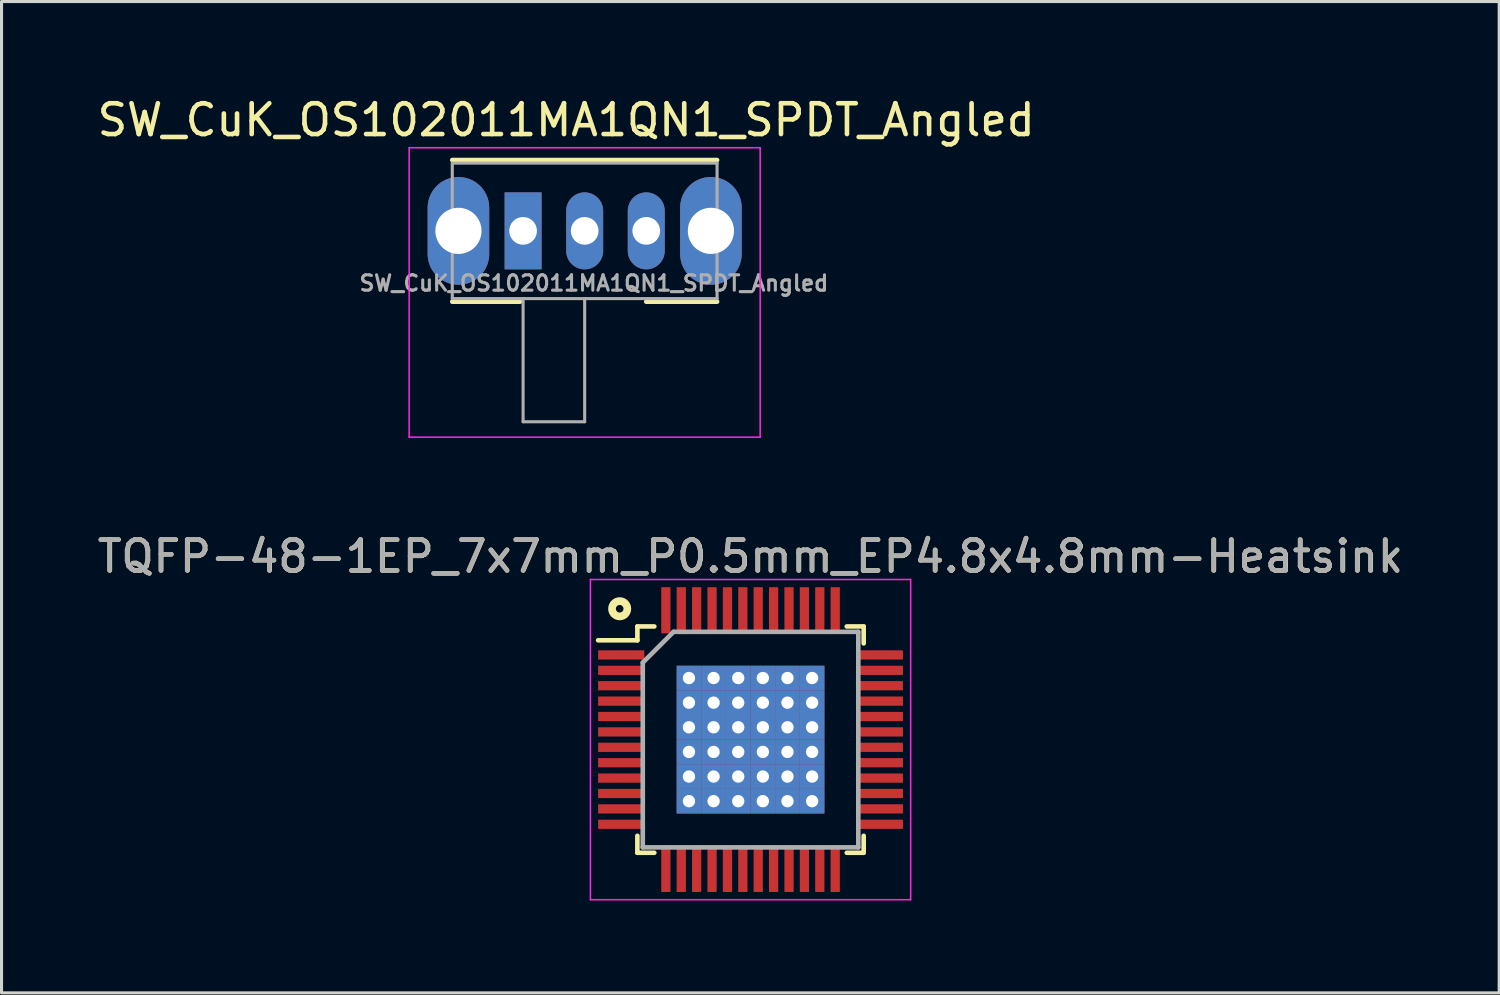
<source format=kicad_pcb>
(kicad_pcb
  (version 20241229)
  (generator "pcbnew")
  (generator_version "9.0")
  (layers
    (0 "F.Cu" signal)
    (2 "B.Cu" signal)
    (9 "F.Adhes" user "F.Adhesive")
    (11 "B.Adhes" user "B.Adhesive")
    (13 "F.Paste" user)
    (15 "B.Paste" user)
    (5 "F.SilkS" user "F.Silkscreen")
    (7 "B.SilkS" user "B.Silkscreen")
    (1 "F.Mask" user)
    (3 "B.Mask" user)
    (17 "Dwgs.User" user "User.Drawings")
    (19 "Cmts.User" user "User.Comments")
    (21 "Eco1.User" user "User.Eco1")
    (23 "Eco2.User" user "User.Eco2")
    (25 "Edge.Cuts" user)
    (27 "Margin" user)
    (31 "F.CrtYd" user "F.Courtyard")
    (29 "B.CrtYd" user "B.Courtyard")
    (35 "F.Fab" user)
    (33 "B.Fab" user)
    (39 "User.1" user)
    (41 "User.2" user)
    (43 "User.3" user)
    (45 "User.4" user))
  (footprint "SW_CuK_OS102011MA1QN1_SPDT_Angled"
    (layer "F.Cu")
    (at 13.939 4.448)
    (property "Reference" "SW_CuK_OS102011MA1QN1_SPDT_Angled" (at 1.4 -3.6 0) (layer "F.SilkS") (effects (font (size 1 1) (thickness 0.15))))
    (attr through_hole)
    (fp_line (start -2.3 -2.3) (end 6.3 -2.3) (stroke (width 0.15) (type solid)) (layer "F.SilkS"))
    (fp_line (start -2.3 2.3) (end -0.1 2.3) (stroke (width 0.15) (type solid)) (layer "F.SilkS"))
    (fp_line (start 4 2.3) (end 6.3 2.3) (stroke (width 0.15) (type solid)) (layer "F.SilkS"))
    (fp_line (start -3.7 -2.7) (end 7.7 -2.7) (stroke (width 0.05) (type solid)) (layer "F.CrtYd"))
    (fp_line (start -3.7 6.7) (end -3.7 -2.7) (stroke (width 0.05) (type solid)) (layer "F.CrtYd"))
    (fp_line (start 7.7 -2.7) (end 7.7 6.7) (stroke (width 0.05) (type solid)) (layer "F.CrtYd"))
    (fp_line (start 7.7 6.7) (end -3.7 6.7) (stroke (width 0.05) (type solid)) (layer "F.CrtYd"))
    (fp_line (start -2.3 -2.2) (end -2.3 2.2) (stroke (width 0.1) (type solid)) (layer "F.Fab"))
    (fp_line (start -2.3 -2.2) (end 6.3 -2.2) (stroke (width 0.1) (type solid)) (layer "F.Fab"))
    (fp_line (start -2.3 2.2) (end 6.3 2.2) (stroke (width 0.1) (type solid)) (layer "F.Fab"))
    (fp_line (start 0 6.2) (end 0 2.2) (stroke (width 0.1) (type solid)) (layer "F.Fab"))
    (fp_line (start 2 2.2) (end 2 6.2) (stroke (width 0.1) (type solid)) (layer "F.Fab"))
    (fp_line (start 2 6.2) (end 0 6.2) (stroke (width 0.1) (type solid)) (layer "F.Fab"))
    (fp_line (start 6.3 2.2) (end 6.3 -2.2) (stroke (width 0.1) (type solid)) (layer "F.Fab"))
    (fp_text user "${REFERENCE}" (at 2.3 1.7 0) (layer "F.Fab") (effects (font (size 0.5 0.5) (thickness 0.1))))
    (pad "" thru_hole oval (at -2.1 0) (size 2 3.5) (drill 1.5) (layers "*.Cu" "*.Mask"))
    (pad "" thru_hole oval (at 6.1 0) (size 2 3.5) (drill 1.5) (layers "*.Cu" "*.Mask"))
    (pad "1" thru_hole rect (at 0 0) (size 1.2 2.5) (drill 0.9) (layers "*.Cu" "*.Mask"))
    (pad "2" thru_hole oval (at 2 0) (size 1.2 2.5) (drill 0.9) (layers "*.Cu" "*.Mask"))
    (pad "3" thru_hole oval (at 4 0) (size 1.2 2.5) (drill 0.9) (layers "*.Cu" "*.Mask")))
  (footprint "TQFP-48-1EP_7x7mm_P0.5mm_EP4.8x4.8mm-Heatsink"
    (layer "F.Cu")
    (at 21.326 20.971)
    (property "Reference" "TQFP-48-1EP_7x7mm_P0.5mm_EP4.8x4.8mm-Heatsink" (at 0 -5.95 0) (layer "F.SilkS") (effects (font (size 1 1) (thickness 0.15))))
    (attr smd)
    (fp_line (start -3.675 -3.675) (end -3.675 -3.225) (stroke (width 0.15) (type solid)) (layer "F.SilkS"))
    (fp_line (start -3.675 -3.675) (end -3.125 -3.675) (stroke (width 0.15) (type solid)) (layer "F.SilkS"))
    (fp_line (start -3.675 -3.225) (end -4.95 -3.225) (stroke (width 0.15) (type solid)) (layer "F.SilkS"))
    (fp_line (start -3.675 3.675) (end -3.675 3.125) (stroke (width 0.15) (type solid)) (layer "F.SilkS"))
    (fp_line (start -3.675 3.675) (end -3.125 3.675) (stroke (width 0.15) (type solid)) (layer "F.SilkS"))
    (fp_line (start 3.675 -3.675) (end 3.125 -3.675) (stroke (width 0.15) (type solid)) (layer "F.SilkS"))
    (fp_line (start 3.675 -3.675) (end 3.675 -3.125) (stroke (width 0.15) (type solid)) (layer "F.SilkS"))
    (fp_line (start 3.675 3.675) (end 3.125 3.675) (stroke (width 0.15) (type solid)) (layer "F.SilkS"))
    (fp_line (start 3.675 3.675) (end 3.675 3.125) (stroke (width 0.15) (type solid)) (layer "F.SilkS"))
    (fp_circle (center -4.25 -4.25) (end -4.37 -4.28) (stroke (width 0.25) (type solid)) (fill no) (layer "F.SilkS"))
    (fp_line (start -5.2 -5.2) (end -5.2 5.2) (stroke (width 0.05) (type solid)) (layer "F.CrtYd"))
    (fp_line (start -5.2 -5.2) (end 5.2 -5.2) (stroke (width 0.05) (type solid)) (layer "F.CrtYd"))
    (fp_line (start -5.2 5.2) (end 5.2 5.2) (stroke (width 0.05) (type solid)) (layer "F.CrtYd"))
    (fp_line (start 5.2 -5.2) (end 5.2 5.2) (stroke (width 0.05) (type solid)) (layer "F.CrtYd"))
    (fp_line (start -3.5 -2.5) (end -2.5 -3.5) (stroke (width 0.15) (type solid)) (layer "F.Fab"))
    (fp_line (start -3.5 3.5) (end -3.5 -2.5) (stroke (width 0.15) (type solid)) (layer "F.Fab"))
    (fp_line (start -2.5 -3.5) (end 3.5 -3.5) (stroke (width 0.15) (type solid)) (layer "F.Fab"))
    (fp_line (start 3.5 -3.5) (end 3.5 3.5) (stroke (width 0.15) (type solid)) (layer "F.Fab"))
    (fp_line (start 3.5 3.5) (end -3.5 3.5) (stroke (width 0.15) (type solid)) (layer "F.Fab"))
    (fp_text user "${REFERENCE}" (at -0.01 -5.949 0) (layer "F.Fab") (effects (font (size 1 1) (thickness 0.15))))
    (pad "1" smd rect (at -4.2 -2.75) (size 1.5 0.3) (layers "F.Cu" "F.Mask" "F.Paste"))
    (pad "2" smd rect (at -4.2 -2.25) (size 1.5 0.3) (layers "F.Cu" "F.Mask" "F.Paste"))
    (pad "3" smd rect (at -4.2 -1.75) (size 1.5 0.3) (layers "F.Cu" "F.Mask" "F.Paste"))
    (pad "4" smd rect (at -4.2 -1.25) (size 1.5 0.3) (layers "F.Cu" "F.Mask" "F.Paste"))
    (pad "5" smd rect (at -4.2 -0.75) (size 1.5 0.3) (layers "F.Cu" "F.Mask" "F.Paste"))
    (pad "6" smd rect (at -4.2 -0.25) (size 1.5 0.3) (layers "F.Cu" "F.Mask" "F.Paste"))
    (pad "7" smd rect (at -4.2 0.25) (size 1.5 0.3) (layers "F.Cu" "F.Mask" "F.Paste"))
    (pad "8" smd rect (at -4.2 0.75) (size 1.5 0.3) (layers "F.Cu" "F.Mask" "F.Paste"))
    (pad "9" smd rect (at -4.2 1.25) (size 1.5 0.3) (layers "F.Cu" "F.Mask" "F.Paste"))
    (pad "10" smd rect (at -4.2 1.75) (size 1.5 0.3) (layers "F.Cu" "F.Mask" "F.Paste"))
    (pad "11" smd rect (at -4.2 2.25) (size 1.5 0.3) (layers "F.Cu" "F.Mask" "F.Paste"))
    (pad "12" smd rect (at -4.2 2.75) (size 1.5 0.3) (layers "F.Cu" "F.Mask" "F.Paste"))
    (pad "13" smd rect (at -2.75 4.2 90) (size 1.5 0.3) (layers "F.Cu" "F.Mask" "F.Paste"))
    (pad "14" smd rect (at -2.25 4.2 90) (size 1.5 0.3) (layers "F.Cu" "F.Mask" "F.Paste"))
    (pad "15" smd rect (at -1.75 4.2 90) (size 1.5 0.3) (layers "F.Cu" "F.Mask" "F.Paste"))
    (pad "16" smd rect (at -1.25 4.2 90) (size 1.5 0.3) (layers "F.Cu" "F.Mask" "F.Paste"))
    (pad "17" smd rect (at -0.75 4.2 90) (size 1.5 0.3) (layers "F.Cu" "F.Mask" "F.Paste"))
    (pad "18" smd rect (at -0.25 4.2 90) (size 1.5 0.3) (layers "F.Cu" "F.Mask" "F.Paste"))
    (pad "19" smd rect (at 0.25 4.2 90) (size 1.5 0.3) (layers "F.Cu" "F.Mask" "F.Paste"))
    (pad "20" smd rect (at 0.75 4.2 90) (size 1.5 0.3) (layers "F.Cu" "F.Mask" "F.Paste"))
    (pad "21" smd rect (at 1.25 4.2 90) (size 1.5 0.3) (layers "F.Cu" "F.Mask" "F.Paste"))
    (pad "22" smd rect (at 1.75 4.2 90) (size 1.5 0.3) (layers "F.Cu" "F.Mask" "F.Paste"))
    (pad "23" smd rect (at 2.25 4.2 90) (size 1.5 0.3) (layers "F.Cu" "F.Mask" "F.Paste"))
    (pad "24" smd rect (at 2.75 4.2 90) (size 1.5 0.3) (layers "F.Cu" "F.Mask" "F.Paste"))
    (pad "25" smd rect (at 4.2 2.75) (size 1.5 0.3) (layers "F.Cu" "F.Mask" "F.Paste"))
    (pad "26" smd rect (at 4.2 2.25) (size 1.5 0.3) (layers "F.Cu" "F.Mask" "F.Paste"))
    (pad "27" smd rect (at 4.2 1.75) (size 1.5 0.3) (layers "F.Cu" "F.Mask" "F.Paste"))
    (pad "28" smd rect (at 4.2 1.25) (size 1.5 0.3) (layers "F.Cu" "F.Mask" "F.Paste"))
    (pad "29" smd rect (at 4.2 0.75) (size 1.5 0.3) (layers "F.Cu" "F.Mask" "F.Paste"))
    (pad "30" smd rect (at 4.2 0.25) (size 1.5 0.3) (layers "F.Cu" "F.Mask" "F.Paste"))
    (pad "31" smd rect (at 4.2 -0.25) (size 1.5 0.3) (layers "F.Cu" "F.Mask" "F.Paste"))
    (pad "32" smd rect (at 4.2 -0.75) (size 1.5 0.3) (layers "F.Cu" "F.Mask" "F.Paste"))
    (pad "33" smd rect (at 4.2 -1.25) (size 1.5 0.3) (layers "F.Cu" "F.Mask" "F.Paste"))
    (pad "34" smd rect (at 4.2 -1.75) (size 1.5 0.3) (layers "F.Cu" "F.Mask" "F.Paste"))
    (pad "35" smd rect (at 4.2 -2.25) (size 1.5 0.3) (layers "F.Cu" "F.Mask" "F.Paste"))
    (pad "36" smd rect (at 4.2 -2.75) (size 1.5 0.3) (layers "F.Cu" "F.Mask" "F.Paste"))
    (pad "37" smd rect (at 2.75 -4.2 90) (size 1.5 0.3) (layers "F.Cu" "F.Mask" "F.Paste"))
    (pad "38" smd rect (at 2.25 -4.2 90) (size 1.5 0.3) (layers "F.Cu" "F.Mask" "F.Paste"))
    (pad "39" smd rect (at 1.75 -4.2 90) (size 1.5 0.3) (layers "F.Cu" "F.Mask" "F.Paste"))
    (pad "40" smd rect (at 1.25 -4.2 90) (size 1.5 0.3) (layers "F.Cu" "F.Mask" "F.Paste"))
    (pad "41" smd rect (at 0.75 -4.2 90) (size 1.5 0.3) (layers "F.Cu" "F.Mask" "F.Paste"))
    (pad "42" smd rect (at 0.25 -4.2 90) (size 1.5 0.3) (layers "F.Cu" "F.Mask" "F.Paste"))
    (pad "43" smd rect (at -0.25 -4.2 90) (size 1.5 0.3) (layers "F.Cu" "F.Mask" "F.Paste"))
    (pad "44" smd rect (at -0.75 -4.2 90) (size 1.5 0.3) (layers "F.Cu" "F.Mask" "F.Paste"))
    (pad "45" smd rect (at -1.25 -4.2 90) (size 1.5 0.3) (layers "F.Cu" "F.Mask" "F.Paste"))
    (pad "46" smd rect (at -1.75 -4.2 90) (size 1.5 0.3) (layers "F.Cu" "F.Mask" "F.Paste"))
    (pad "47" smd rect (at -2.25 -4.2 90) (size 1.5 0.3) (layers "F.Cu" "F.Mask" "F.Paste"))
    (pad "48" smd rect (at -2.75 -4.2 90) (size 1.5 0.3) (layers "F.Cu" "F.Mask" "F.Paste"))
    (pad "49" thru_hole custom (at -2 -2) (size 0.8 0.8) (drill 0.4) (layers "*.Cu" "*.Mask" "F.Paste") (options (anchor rect)) (primitives))
    (pad "49" thru_hole custom (at -2 -1.2) (size 0.8 0.8) (drill 0.4) (layers "*.Cu" "*.Mask" "F.Paste") (options (anchor rect)) (primitives))
    (pad "49" thru_hole custom (at -2 -0.4) (size 0.8 0.8) (drill 0.4) (layers "*.Cu" "*.Mask" "F.Paste") (options (anchor rect)) (primitives))
    (pad "49" thru_hole custom (at -2 0.4) (size 0.8 0.8) (drill 0.4) (layers "*.Cu" "*.Mask" "F.Paste") (options (anchor rect)) (primitives))
    (pad "49" thru_hole custom (at -2 1.2) (size 0.8 0.8) (drill 0.4) (layers "*.Cu" "*.Mask" "F.Paste") (options (anchor rect)) (primitives))
    (pad "49" thru_hole custom (at -2 2) (size 0.8 0.8) (drill 0.4) (layers "*.Cu" "*.Mask" "F.Paste") (options (anchor rect)) (primitives))
    (pad "49" thru_hole custom (at -1.2 -2) (size 0.8 0.8) (drill 0.4) (layers "*.Cu" "*.Mask" "F.Paste") (options (anchor rect)) (primitives))
    (pad "49" thru_hole custom (at -1.2 -1.2) (size 0.8 0.8) (drill 0.4) (layers "*.Cu" "*.Mask" "F.Paste") (options (anchor rect)) (primitives))
    (pad "49" thru_hole custom (at -1.2 -0.4) (size 0.8 0.8) (drill 0.4) (layers "*.Cu" "*.Mask" "F.Paste") (options (anchor rect)) (primitives))
    (pad "49" thru_hole custom (at -1.2 0.4) (size 0.8 0.8) (drill 0.4) (layers "*.Cu" "*.Mask" "F.Paste") (options (anchor rect)) (primitives))
    (pad "49" thru_hole custom (at -1.2 1.2) (size 0.8 0.8) (drill 0.4) (layers "*.Cu" "*.Mask" "F.Paste") (options (anchor rect)) (primitives))
    (pad "49" thru_hole custom (at -1.2 2) (size 0.8 0.8) (drill 0.4) (layers "*.Cu" "*.Mask" "F.Paste") (options (anchor rect)) (primitives))
    (pad "49" thru_hole custom (at -0.4 -2) (size 0.8 0.8) (drill 0.4) (layers "*.Cu" "*.Mask" "F.Paste") (options (anchor rect)) (primitives))
    (pad "49" thru_hole custom (at -0.4 -1.2) (size 0.8 0.8) (drill 0.4) (layers "*.Cu" "*.Mask" "F.Paste") (options (anchor rect)) (primitives))
    (pad "49" thru_hole custom (at -0.4 -0.4) (size 0.8 0.8) (drill 0.4) (layers "*.Cu" "*.Mask" "F.Paste") (options (anchor rect)) (primitives))
    (pad "49" thru_hole custom (at -0.4 0.4) (size 0.8 0.8) (drill 0.4) (layers "*.Cu" "*.Mask" "F.Paste") (options (anchor rect)) (primitives))
    (pad "49" thru_hole custom (at -0.4 1.2) (size 0.8 0.8) (drill 0.4) (layers "*.Cu" "*.Mask" "F.Paste") (options (anchor rect)) (primitives))
    (pad "49" thru_hole custom (at -0.4 2) (size 0.8 0.8) (drill 0.4) (layers "*.Cu" "*.Mask" "F.Paste") (options (anchor rect)) (primitives))
    (pad "49" thru_hole custom (at 0.4 -2) (size 0.8 0.8) (drill 0.4) (layers "*.Cu" "*.Mask" "F.Paste") (options (anchor rect)) (primitives))
    (pad "49" thru_hole custom (at 0.4 -1.2) (size 0.8 0.8) (drill 0.4) (layers "*.Cu" "*.Mask" "F.Paste") (options (anchor rect)) (primitives))
    (pad "49" thru_hole custom (at 0.4 -0.4) (size 0.8 0.8) (drill 0.4) (layers "*.Cu" "*.Mask" "F.Paste") (options (anchor rect)) (primitives))
    (pad "49" thru_hole custom (at 0.4 0.4) (size 0.8 0.8) (drill 0.4) (layers "*.Cu" "*.Mask" "F.Paste") (options (anchor rect)) (primitives))
    (pad "49" thru_hole custom (at 0.4 1.2) (size 0.8 0.8) (drill 0.4) (layers "*.Cu" "*.Mask" "F.Paste") (options (anchor rect)) (primitives))
    (pad "49" thru_hole custom (at 0.4 2) (size 0.8 0.8) (drill 0.4) (layers "*.Cu" "*.Mask" "F.Paste") (options (anchor rect)) (primitives))
    (pad "49" thru_hole custom (at 1.2 -2) (size 0.8 0.8) (drill 0.4) (layers "*.Cu" "*.Mask" "F.Paste") (options (anchor rect)) (primitives))
    (pad "49" thru_hole custom (at 1.2 -1.2) (size 0.8 0.8) (drill 0.4) (layers "*.Cu" "*.Mask" "F.Paste") (options (anchor rect)) (primitives))
    (pad "49" thru_hole custom (at 1.2 -0.4) (size 0.8 0.8) (drill 0.4) (layers "*.Cu" "*.Mask" "F.Paste") (options (anchor rect)) (primitives))
    (pad "49" thru_hole custom (at 1.2 0.4) (size 0.8 0.8) (drill 0.4) (layers "*.Cu" "*.Mask" "F.Paste") (options (anchor rect)) (primitives))
    (pad "49" thru_hole custom (at 1.2 1.2) (size 0.8 0.8) (drill 0.4) (layers "*.Cu" "*.Mask" "F.Paste") (options (anchor rect)) (primitives))
    (pad "49" thru_hole custom (at 1.2 2) (size 0.8 0.8) (drill 0.4) (layers "*.Cu" "*.Mask" "F.Paste") (options (anchor rect)) (primitives))
    (pad "49" thru_hole custom (at 2 -2) (size 0.8 0.8) (drill 0.4) (layers "*.Cu" "*.Mask" "F.Paste") (options (anchor rect)) (primitives))
    (pad "49" thru_hole custom (at 2 -1.2) (size 0.8 0.8) (drill 0.4) (layers "*.Cu" "*.Mask" "F.Paste") (options (anchor rect)) (primitives))
    (pad "49" thru_hole custom (at 2 -0.4) (size 0.8 0.8) (drill 0.4) (layers "*.Cu" "*.Mask" "F.Paste") (options (anchor rect)) (primitives))
    (pad "49" thru_hole custom (at 2 0.4) (size 0.8 0.8) (drill 0.4) (layers "*.Cu" "*.Mask" "F.Paste") (options (anchor rect)) (primitives))
    (pad "49" thru_hole custom (at 2 1.2) (size 0.8 0.8) (drill 0.4) (layers "*.Cu" "*.Mask" "F.Paste") (options (anchor rect)) (primitives))
    (pad "49" thru_hole custom (at 2 2) (size 0.8 0.8) (drill 0.4) (layers "*.Cu" "*.Mask" "F.Paste") (options (anchor rect)) (primitives)))
  (gr_rect
    (start -3 -3)
    (end 45.641 29.197)
    (stroke (width 0.1) (type default))
    (fill no)
    (layer "Edge.Cuts")))
</source>
